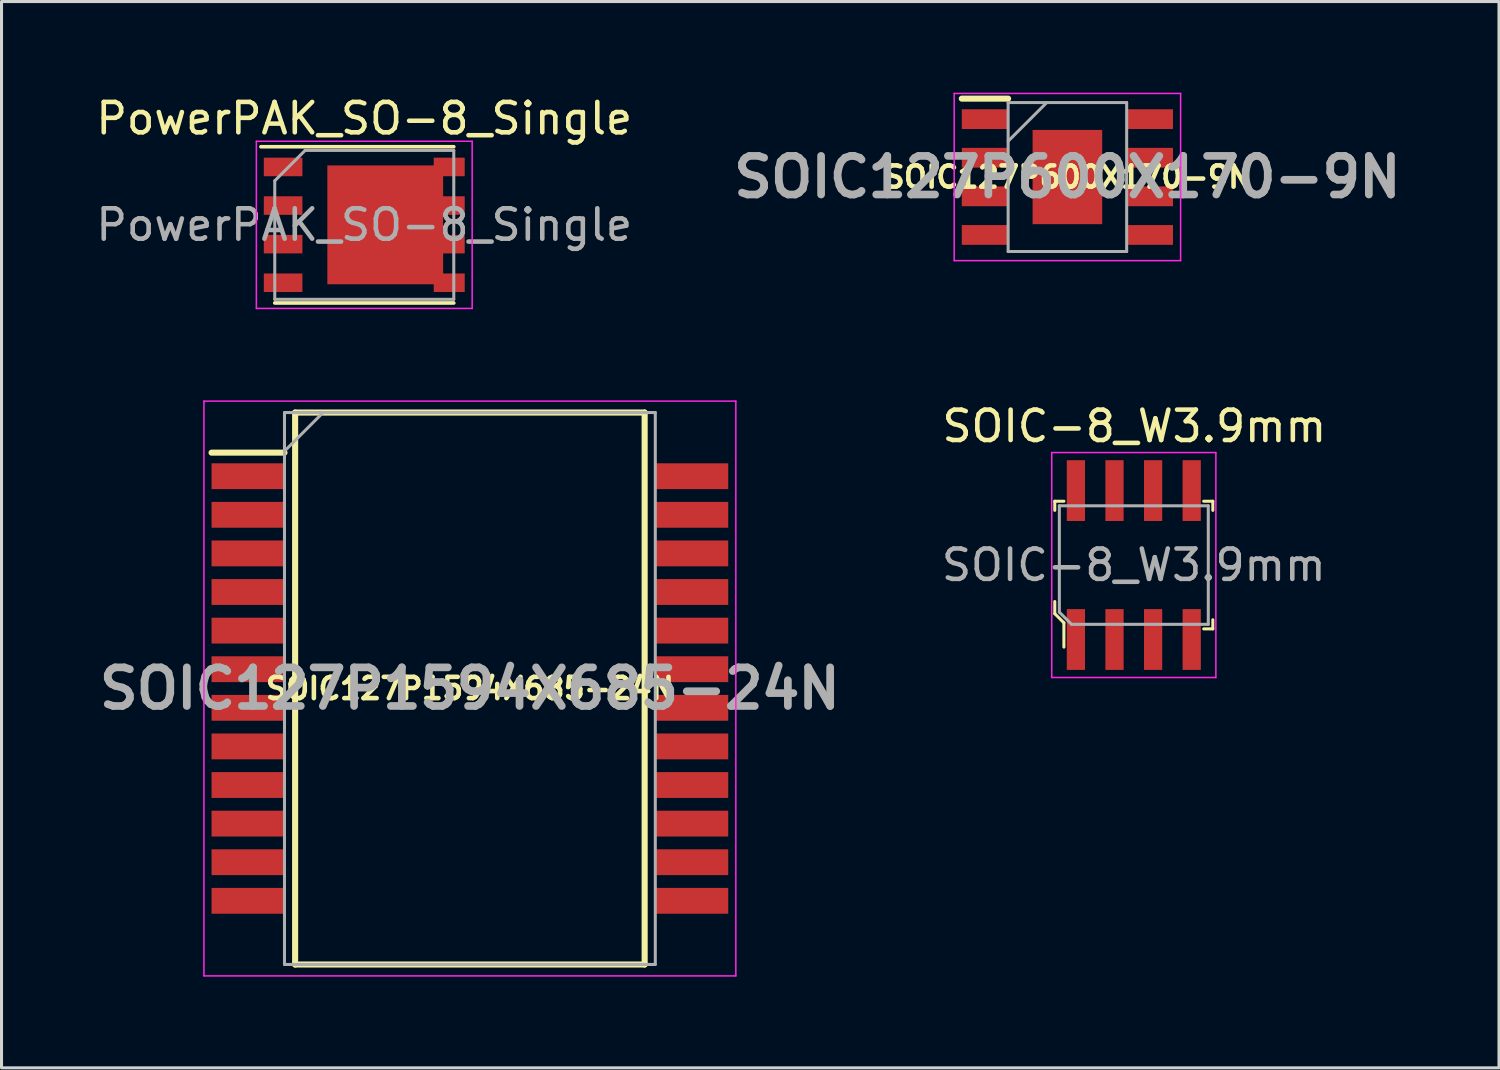
<source format=kicad_pcb>
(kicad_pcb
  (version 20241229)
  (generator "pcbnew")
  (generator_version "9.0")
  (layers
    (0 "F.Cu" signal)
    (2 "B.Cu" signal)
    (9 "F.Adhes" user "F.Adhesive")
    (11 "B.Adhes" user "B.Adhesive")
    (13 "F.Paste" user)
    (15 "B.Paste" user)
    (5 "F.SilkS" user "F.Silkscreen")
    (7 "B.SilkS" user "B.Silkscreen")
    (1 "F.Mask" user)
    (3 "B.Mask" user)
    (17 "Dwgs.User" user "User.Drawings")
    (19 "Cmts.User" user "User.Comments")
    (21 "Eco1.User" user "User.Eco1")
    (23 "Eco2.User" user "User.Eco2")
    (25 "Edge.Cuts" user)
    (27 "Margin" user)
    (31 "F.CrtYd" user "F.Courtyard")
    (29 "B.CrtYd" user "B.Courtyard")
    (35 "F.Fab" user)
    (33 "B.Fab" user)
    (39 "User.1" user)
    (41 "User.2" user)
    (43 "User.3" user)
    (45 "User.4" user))
  (footprint "SOIC127P600X170-9N"
    (layer "F.Cu")
    (at 32.069 2.775)
    (property "Reference" "SOIC127P600X170-9N" (at 0 0 0) (layer "F.SilkS") (effects (font (size 0.7 0.7) (thickness 0.15))))
    (attr smd)
    (fp_line (start -3.475 -2.58) (end -1.95 -2.58) (stroke (width 0.2) (type solid)) (layer "F.SilkS"))
    (fp_line (start -3.725 -2.75) (end 3.725 -2.75) (stroke (width 0.05) (type solid)) (layer "F.CrtYd"))
    (fp_line (start -3.725 2.75) (end -3.725 -2.75) (stroke (width 0.05) (type solid)) (layer "F.CrtYd"))
    (fp_line (start 3.725 -2.75) (end 3.725 2.75) (stroke (width 0.05) (type solid)) (layer "F.CrtYd"))
    (fp_line (start 3.725 2.75) (end -3.725 2.75) (stroke (width 0.05) (type solid)) (layer "F.CrtYd"))
    (fp_line (start -1.95 -2.45) (end 1.95 -2.45) (stroke (width 0.1) (type solid)) (layer "F.Fab"))
    (fp_line (start -1.95 -1.18) (end -0.68 -2.45) (stroke (width 0.1) (type solid)) (layer "F.Fab"))
    (fp_line (start -1.95 2.45) (end -1.95 -2.45) (stroke (width 0.1) (type solid)) (layer "F.Fab"))
    (fp_line (start 1.95 -2.45) (end 1.95 2.45) (stroke (width 0.1) (type solid)) (layer "F.Fab"))
    (fp_line (start 1.95 2.45) (end -1.95 2.45) (stroke (width 0.1) (type solid)) (layer "F.Fab"))
    (fp_text user "${REFERENCE}" (at 0 0 0) (layer "F.Fab") (effects (font (size 1.27 1.27) (thickness 0.254))))
    (pad "1" smd rect (at -2.712 -1.905 90) (size 0.65 1.525) (layers "F.Cu" "F.Mask" "F.Paste"))
    (pad "2" smd rect (at -2.712 -0.635 90) (size 0.65 1.525) (layers "F.Cu" "F.Mask" "F.Paste"))
    (pad "3" smd rect (at -2.712 0.635 90) (size 0.65 1.525) (layers "F.Cu" "F.Mask" "F.Paste"))
    (pad "4" smd rect (at -2.712 1.905 90) (size 0.65 1.525) (layers "F.Cu" "F.Mask" "F.Paste"))
    (pad "5" smd rect (at 2.712 1.905 90) (size 0.65 1.525) (layers "F.Cu" "F.Mask" "F.Paste"))
    (pad "6" smd rect (at 2.712 0.635 90) (size 0.65 1.525) (layers "F.Cu" "F.Mask" "F.Paste"))
    (pad "7" smd rect (at 2.712 -0.635 90) (size 0.65 1.525) (layers "F.Cu" "F.Mask" "F.Paste"))
    (pad "8" smd rect (at 2.712 -1.905 90) (size 0.65 1.525) (layers "F.Cu" "F.Mask" "F.Paste"))
    (pad "9" smd rect (at 0 0) (size 2.29 3.1) (layers "F.Cu" "F.Mask" "F.Paste")))
  (footprint "PowerPAK_SO-8_Single"
    (layer "F.Cu")
    (at 8.935 4.348)
    (property "Reference" "PowerPAK_SO-8_Single" (at 0 -3.5 0) (layer "F.SilkS") (effects (font (size 1 1) (thickness 0.15))))
    (attr smd)
    (fp_line (start -3.4 -2.57) (end 2.945 -2.57) (stroke (width 0.12) (type solid)) (layer "F.SilkS"))
    (fp_line (start -2.945 2.57) (end 2.945 2.57) (stroke (width 0.12) (type solid)) (layer "F.SilkS"))
    (fp_line (start -3.55 -2.75) (end -3.55 2.75) (stroke (width 0.05) (type solid)) (layer "F.CrtYd"))
    (fp_line (start -3.55 -2.75) (end 3.55 -2.75) (stroke (width 0.05) (type solid)) (layer "F.CrtYd"))
    (fp_line (start -3.55 2.75) (end 3.55 2.75) (stroke (width 0.05) (type solid)) (layer "F.CrtYd"))
    (fp_line (start 3.55 -2.75) (end 3.55 2.75) (stroke (width 0.05) (type solid)) (layer "F.CrtYd"))
    (fp_line (start -2.945 2.45) (end -2.945 -1.45) (stroke (width 0.1) (type solid)) (layer "F.Fab"))
    (fp_line (start -1.945 -2.45) (end -2.945 -1.45) (stroke (width 0.1) (type solid)) (layer "F.Fab"))
    (fp_line (start -1.945 -2.45) (end 2.945 -2.45) (stroke (width 0.1) (type solid)) (layer "F.Fab"))
    (fp_line (start 2.945 -2.45) (end 2.945 2.45) (stroke (width 0.1) (type solid)) (layer "F.Fab"))
    (fp_line (start 2.945 2.45) (end -2.945 2.45) (stroke (width 0.1) (type solid)) (layer "F.Fab"))
    (fp_text user "${REFERENCE}" (at 0 0 0) (layer "F.Fab") (effects (font (size 1 1) (thickness 0.15))))
    (pad "1" smd rect (at -2.67 -1.905) (size 1.27 0.61) (layers "F.Cu" "F.Mask" "F.Paste"))
    (pad "2" smd rect (at -2.67 -0.635) (size 1.27 0.61) (layers "F.Cu" "F.Mask" "F.Paste"))
    (pad "3" smd rect (at -2.67 0.635) (size 1.27 0.61) (layers "F.Cu" "F.Mask" "F.Paste"))
    (pad "4" smd rect (at -2.67 1.905) (size 1.27 0.61) (layers "F.Cu" "F.Mask" "F.Paste"))
    (pad "5" smd rect (at 0.69 0) (size 3.81 3.91) (layers "F.Cu" "F.Mask" "F.Paste"))
    (pad "5" smd rect (at 2.795 -1.905) (size 1.02 0.61) (layers "F.Cu" "F.Mask" "F.Paste"))
    (pad "5" smd rect (at 2.795 -0.635) (size 1.02 0.61) (layers "F.Cu" "F.Mask" "F.Paste"))
    (pad "5" smd rect (at 2.795 0.635) (size 1.02 0.61) (layers "F.Cu" "F.Mask" "F.Paste"))
    (pad "5" smd rect (at 2.795 1.905) (size 1.02 0.61) (layers "F.Cu" "F.Mask" "F.Paste")))
  (footprint "SOIC-8_W3.9mm"
    (layer "F.Cu")
    (at 34.254 15.541)
    (property "Reference" "SOIC-8_W3.9mm" (at 0.018 -4.569 0) (layer "F.SilkS") (effects (font (size 1 1) (thickness 0.15))))
    (attr smd)
    (fp_line (start -2.6 -2.1) (end -2.6 -1.8) (stroke (width 0.1) (type solid)) (layer "F.SilkS"))
    (fp_line (start -2.6 1.2) (end -2.6 1.6) (stroke (width 0.1) (type solid)) (layer "F.SilkS"))
    (fp_line (start -2.6 1.6) (end -2.3 1.9) (stroke (width 0.1) (type solid)) (layer "F.SilkS"))
    (fp_line (start -2.3 -2.1) (end -2.6 -2.1) (stroke (width 0.1) (type solid)) (layer "F.SilkS"))
    (fp_line (start -2.3 1.9) (end -2.3 2.7) (stroke (width 0.1) (type solid)) (layer "F.SilkS"))
    (fp_line (start 2.3 -2.1) (end 2.6 -2.1) (stroke (width 0.1) (type solid)) (layer "F.SilkS"))
    (fp_line (start 2.3 2.1) (end 2.6 2.1) (stroke (width 0.1) (type solid)) (layer "F.SilkS"))
    (fp_line (start 2.6 -2.1) (end 2.6 -1.8) (stroke (width 0.1) (type solid)) (layer "F.SilkS"))
    (fp_line (start 2.6 2.1) (end 2.6 1.8) (stroke (width 0.1) (type solid)) (layer "F.SilkS"))
    (fp_line (start -2.7 -3.7) (end -2.7 3.7) (stroke (width 0.05) (type solid)) (layer "F.CrtYd"))
    (fp_line (start -2.7 -3.7) (end 2.7 -3.7) (stroke (width 0.05) (type solid)) (layer "F.CrtYd"))
    (fp_line (start -2.7 3.7) (end 2.7 3.7) (stroke (width 0.05) (type solid)) (layer "F.CrtYd"))
    (fp_line (start 2.7 -3.7) (end 2.7 3.7) (stroke (width 0.05) (type solid)) (layer "F.CrtYd"))
    (fp_line (start -2.45 -1.95) (end 2.45 -1.95) (stroke (width 0.1) (type solid)) (layer "F.Fab"))
    (fp_line (start -2.45 1.55) (end -2.45 -1.95) (stroke (width 0.1) (type solid)) (layer "F.Fab"))
    (fp_line (start -2.45 1.55) (end -2.05 1.95) (stroke (width 0.1) (type solid)) (layer "F.Fab"))
    (fp_line (start -2.05 1.95) (end 2.45 1.95) (stroke (width 0.1) (type solid)) (layer "F.Fab"))
    (fp_line (start 2.45 -1.95) (end 2.45 1.95) (stroke (width 0.1) (type solid)) (layer "F.Fab"))
    (fp_text user "${REFERENCE}" (at 0 0 0) (layer "F.Fab") (effects (font (size 1 1) (thickness 0.15))))
    (pad "1" smd rect (at -1.905 2.45) (size 0.6 2) (layers "F.Cu" "F.Mask" "F.Paste"))
    (pad "2" smd rect (at -0.635 2.45) (size 0.6 2) (layers "F.Cu" "F.Mask" "F.Paste"))
    (pad "3" smd rect (at 0.635 2.45) (size 0.6 2) (layers "F.Cu" "F.Mask" "F.Paste"))
    (pad "4" smd rect (at 1.905 2.45) (size 0.6 2) (layers "F.Cu" "F.Mask" "F.Paste"))
    (pad "5" smd rect (at 1.905 -2.45) (size 0.6 2) (layers "F.Cu" "F.Mask" "F.Paste"))
    (pad "6" smd rect (at 0.635 -2.45) (size 0.6 2) (layers "F.Cu" "F.Mask" "F.Paste"))
    (pad "7" smd rect (at -0.635 -2.45) (size 0.6 2) (layers "F.Cu" "F.Mask" "F.Paste"))
    (pad "8" smd rect (at -1.905 -2.45) (size 0.6 2) (layers "F.Cu" "F.Mask" "F.Paste")))
  (footprint "SOIC127P1594X685-24N"
    (layer "F.Cu")
    (at 12.41 19.603)
    (property "Reference" "SOIC127P1594X685-24N" (at 0 0 0) (layer "F.SilkS") (effects (font (size 0.7 0.7) (thickness 0.15))))
    (attr smd)
    (fp_line (start -8.5 -7.76) (end -6.1 -7.76) (stroke (width 0.2) (type solid)) (layer "F.SilkS"))
    (fp_line (start -5.75 -9.08) (end 5.75 -9.08) (stroke (width 0.2) (type solid)) (layer "F.SilkS"))
    (fp_line (start -5.75 9.08) (end -5.75 -9.08) (stroke (width 0.2) (type solid)) (layer "F.SilkS"))
    (fp_line (start 5.75 -9.08) (end 5.75 9.08) (stroke (width 0.2) (type solid)) (layer "F.SilkS"))
    (fp_line (start 5.75 9.08) (end -5.75 9.08) (stroke (width 0.2) (type solid)) (layer "F.SilkS"))
    (fp_line (start -8.75 -9.455) (end 8.75 -9.455) (stroke (width 0.05) (type solid)) (layer "F.CrtYd"))
    (fp_line (start -8.75 9.455) (end -8.75 -9.455) (stroke (width 0.05) (type solid)) (layer "F.CrtYd"))
    (fp_line (start 8.75 -9.455) (end 8.75 9.455) (stroke (width 0.05) (type solid)) (layer "F.CrtYd"))
    (fp_line (start 8.75 9.455) (end -8.75 9.455) (stroke (width 0.05) (type solid)) (layer "F.CrtYd"))
    (fp_line (start -6.1 -9.08) (end 6.1 -9.08) (stroke (width 0.1) (type solid)) (layer "F.Fab"))
    (fp_line (start -6.1 -7.81) (end -4.83 -9.08) (stroke (width 0.1) (type solid)) (layer "F.Fab"))
    (fp_line (start -6.1 9.08) (end -6.1 -9.08) (stroke (width 0.1) (type solid)) (layer "F.Fab"))
    (fp_line (start 6.1 -9.08) (end 6.1 9.08) (stroke (width 0.1) (type solid)) (layer "F.Fab"))
    (fp_line (start 6.1 9.08) (end -6.1 9.08) (stroke (width 0.1) (type solid)) (layer "F.Fab"))
    (fp_text user "${REFERENCE}" (at 0 0 0) (layer "F.Fab") (effects (font (size 1.27 1.27) (thickness 0.254))))
    (pad "1" smd rect (at -7.3 -6.985 90) (size 0.85 2.4) (layers "F.Cu" "F.Mask" "F.Paste"))
    (pad "2" smd rect (at -7.3 -5.715 90) (size 0.85 2.4) (layers "F.Cu" "F.Mask" "F.Paste"))
    (pad "3" smd rect (at -7.3 -4.445 90) (size 0.85 2.4) (layers "F.Cu" "F.Mask" "F.Paste"))
    (pad "4" smd rect (at -7.3 -3.175 90) (size 0.85 2.4) (layers "F.Cu" "F.Mask" "F.Paste"))
    (pad "5" smd rect (at -7.3 -1.905 90) (size 0.85 2.4) (layers "F.Cu" "F.Mask" "F.Paste"))
    (pad "6" smd rect (at -7.3 -0.635 90) (size 0.85 2.4) (layers "F.Cu" "F.Mask" "F.Paste"))
    (pad "7" smd rect (at -7.3 0.635 90) (size 0.85 2.4) (layers "F.Cu" "F.Mask" "F.Paste"))
    (pad "8" smd rect (at -7.3 1.905 90) (size 0.85 2.4) (layers "F.Cu" "F.Mask" "F.Paste"))
    (pad "9" smd rect (at -7.3 3.175 90) (size 0.85 2.4) (layers "F.Cu" "F.Mask" "F.Paste"))
    (pad "10" smd rect (at -7.3 4.445 90) (size 0.85 2.4) (layers "F.Cu" "F.Mask" "F.Paste"))
    (pad "11" smd rect (at -7.3 5.715 90) (size 0.85 2.4) (layers "F.Cu" "F.Mask" "F.Paste"))
    (pad "12" smd rect (at -7.3 6.985 90) (size 0.85 2.4) (layers "F.Cu" "F.Mask" "F.Paste"))
    (pad "13" smd rect (at 7.3 6.985 90) (size 0.85 2.4) (layers "F.Cu" "F.Mask" "F.Paste"))
    (pad "14" smd rect (at 7.3 5.715 90) (size 0.85 2.4) (layers "F.Cu" "F.Mask" "F.Paste"))
    (pad "15" smd rect (at 7.3 4.445 90) (size 0.85 2.4) (layers "F.Cu" "F.Mask" "F.Paste"))
    (pad "16" smd rect (at 7.3 3.175 90) (size 0.85 2.4) (layers "F.Cu" "F.Mask" "F.Paste"))
    (pad "17" smd rect (at 7.3 1.905 90) (size 0.85 2.4) (layers "F.Cu" "F.Mask" "F.Paste"))
    (pad "18" smd rect (at 7.3 0.635 90) (size 0.85 2.4) (layers "F.Cu" "F.Mask" "F.Paste"))
    (pad "19" smd rect (at 7.3 -0.635 90) (size 0.85 2.4) (layers "F.Cu" "F.Mask" "F.Paste"))
    (pad "20" smd rect (at 7.3 -1.905 90) (size 0.85 2.4) (layers "F.Cu" "F.Mask" "F.Paste"))
    (pad "21" smd rect (at 7.3 -3.175 90) (size 0.85 2.4) (layers "F.Cu" "F.Mask" "F.Paste"))
    (pad "22" smd rect (at 7.3 -4.445 90) (size 0.85 2.4) (layers "F.Cu" "F.Mask" "F.Paste"))
    (pad "23" smd rect (at 7.3 -5.715 90) (size 0.85 2.4) (layers "F.Cu" "F.Mask" "F.Paste"))
    (pad "24" smd rect (at 7.3 -6.985 90) (size 0.85 2.4) (layers "F.Cu" "F.Mask" "F.Paste")))
  (gr_rect
    (start -3 -3)
    (end 46.269 32.083)
    (stroke (width 0.1) (type default))
    (fill no)
    (layer "Edge.Cuts")))
</source>
